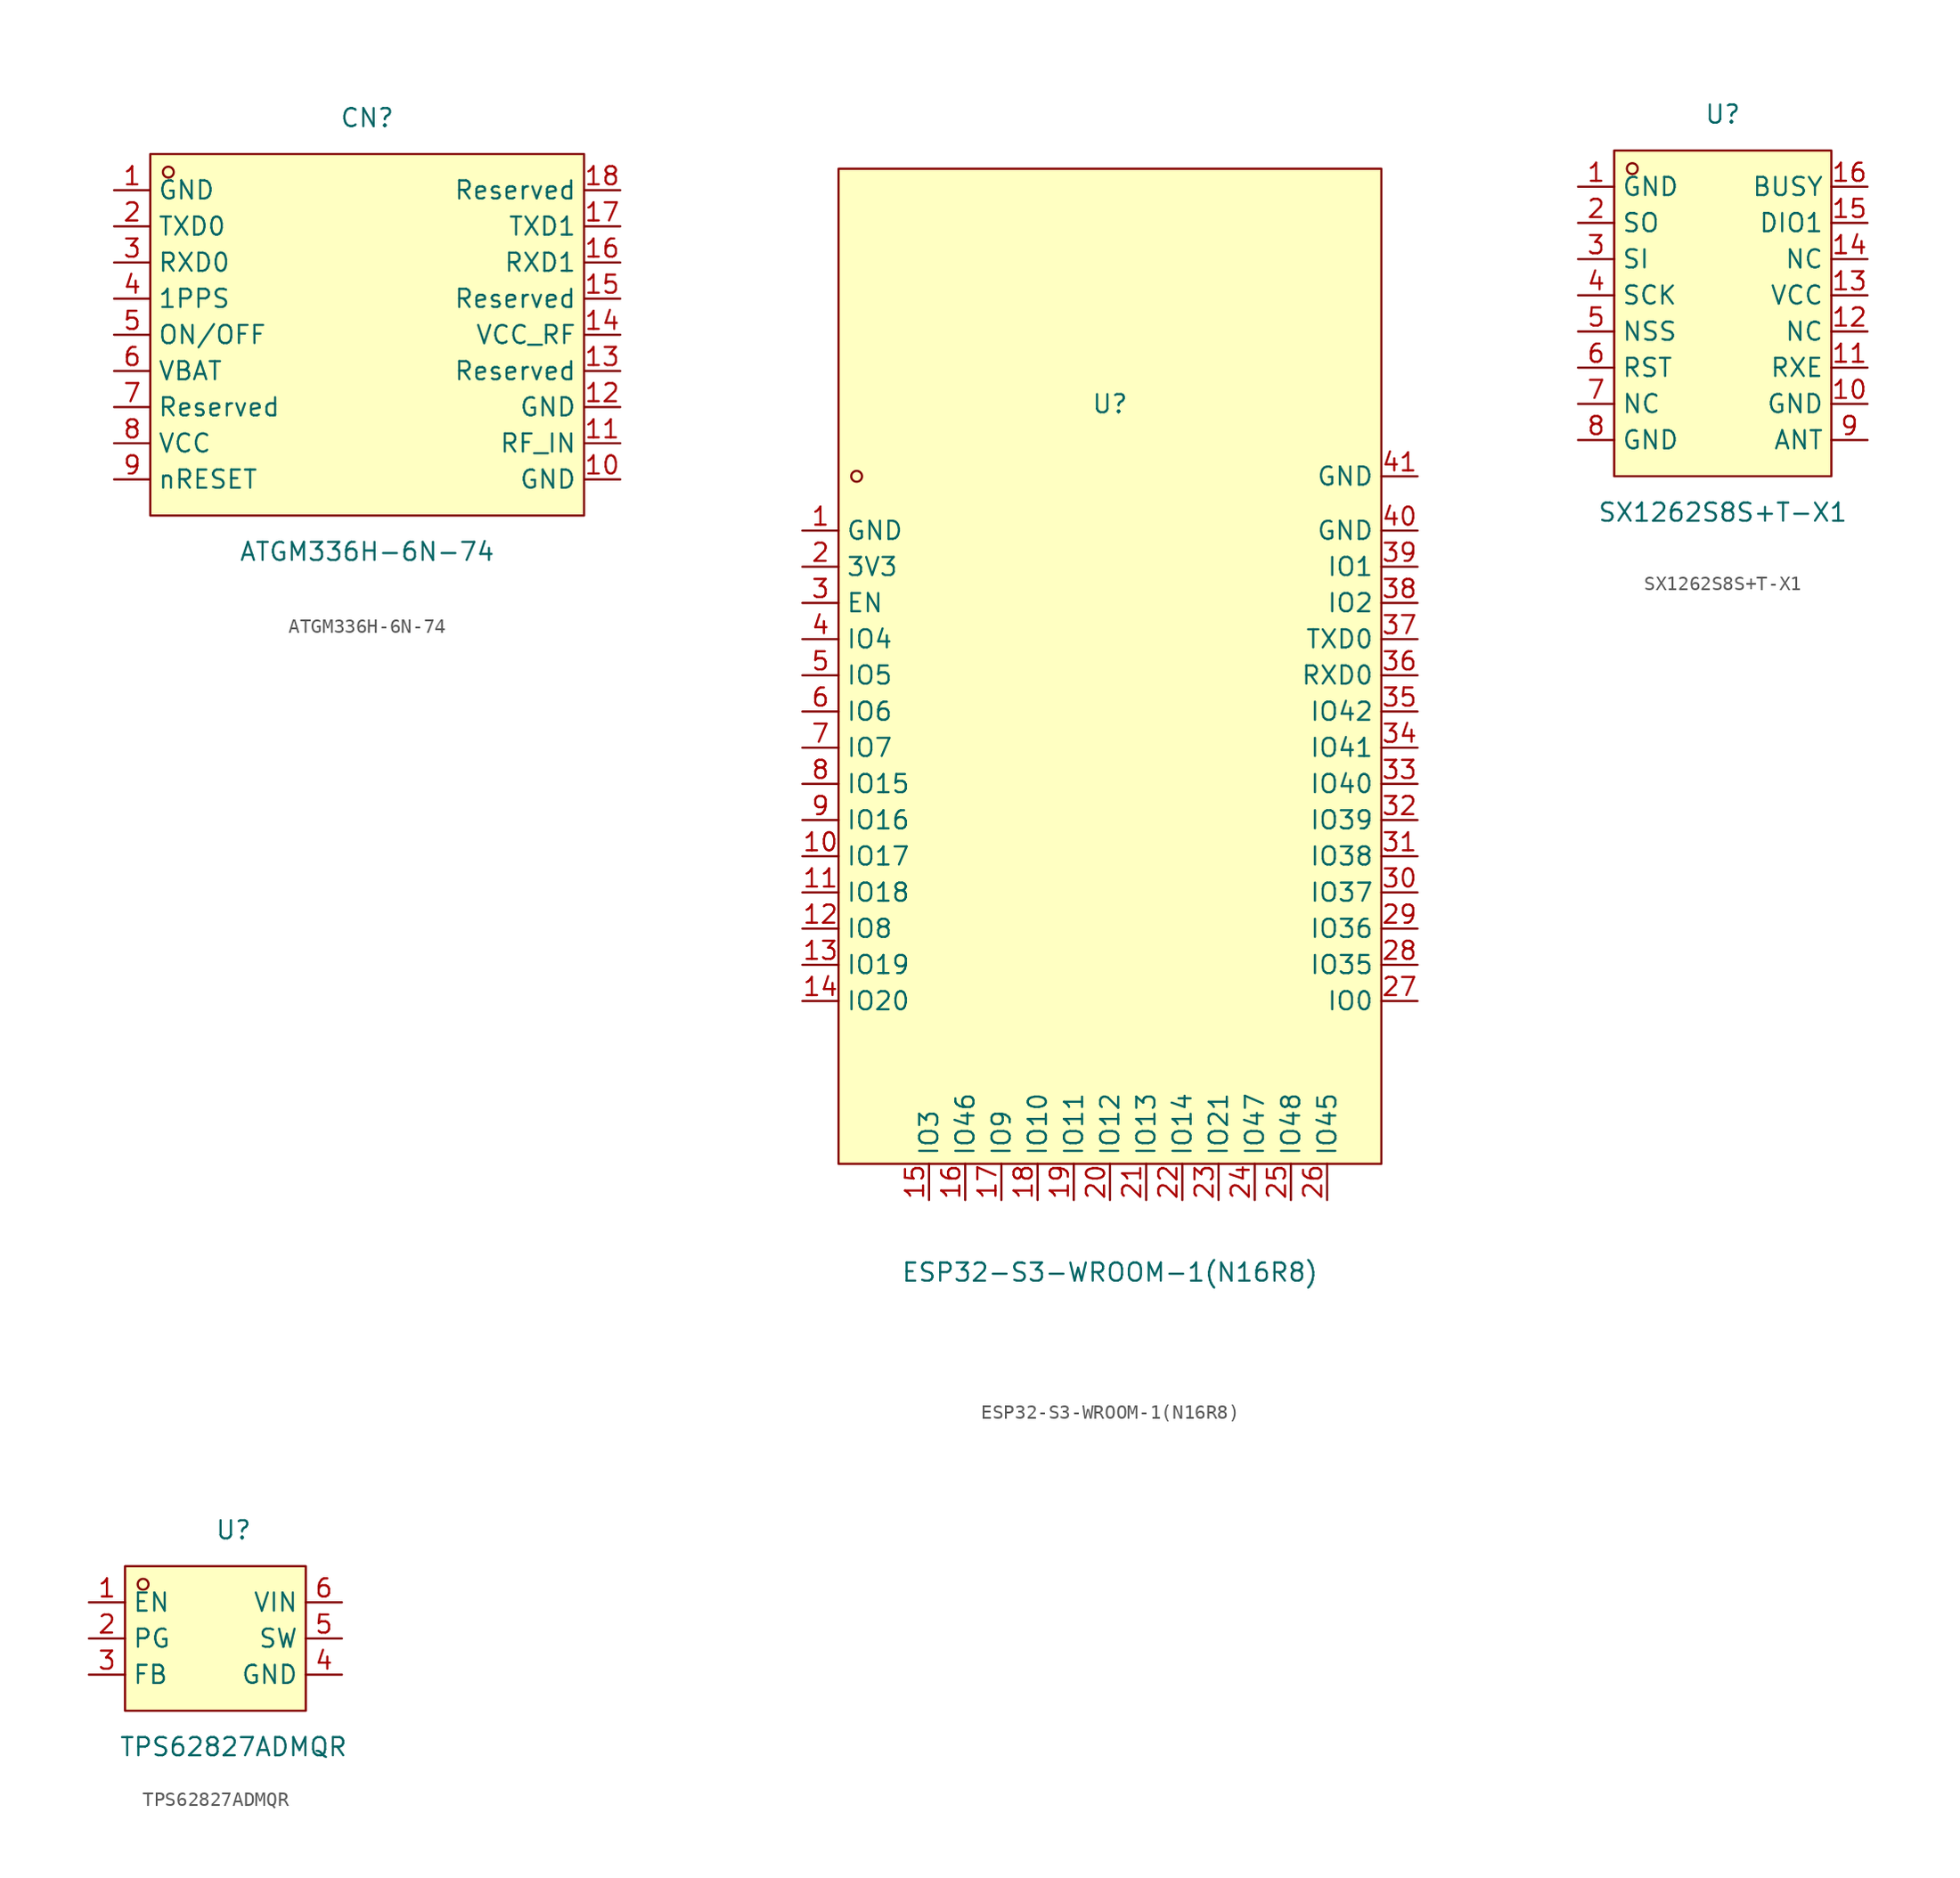
<source format=kicad_sym>
(kicad_symbol_lib
  (version 20211014)
  (generator https://github.com/uPesy/easyeda2kicad.py)
  (symbol "ATGM336H-6N-74"
    (property "Reference" "CN"
      (at 0 15.24 0)
      (effects (font (size 1.27 1.27))))
    (property "Value" "ATGM336H-6N-74"
      (at 0 -15.24 0)
      (effects (font (size 1.27 1.27))))
    (symbol "ATGM336H-6N-74_0_1"
      (rectangle (start -15.24 12.70) (end 15.24 -12.70) (stroke (width 0) (type default) (color 0 0 0 0)) (fill (type background)))
      (circle (center -13.97 11.43) (radius 0.38) (stroke (width 0) (type default) (color 0 0 0 0)) (fill (type none)))
      (pin unspecified line (at -17.78 10.16 0) (length 2.54) (name "GND" (effects (font (size 1.27 1.27)))) (number "1" (effects (font (size 1.27 1.27)))))
      (pin unspecified line (at -17.78 7.62 0) (length 2.54) (name "TXD0" (effects (font (size 1.27 1.27)))) (number "2" (effects (font (size 1.27 1.27)))))
      (pin unspecified line (at -17.78 5.08 0) (length 2.54) (name "RXD0" (effects (font (size 1.27 1.27)))) (number "3" (effects (font (size 1.27 1.27)))))
      (pin unspecified line (at -17.78 2.54 0) (length 2.54) (name "1PPS" (effects (font (size 1.27 1.27)))) (number "4" (effects (font (size 1.27 1.27)))))
      (pin unspecified line (at -17.78 -0.00 0) (length 2.54) (name "ON/OFF" (effects (font (size 1.27 1.27)))) (number "5" (effects (font (size 1.27 1.27)))))
      (pin unspecified line (at -17.78 -2.54 0) (length 2.54) (name "VBAT" (effects (font (size 1.27 1.27)))) (number "6" (effects (font (size 1.27 1.27)))))
      (pin unspecified line (at -17.78 -5.08 0) (length 2.54) (name "Reserved" (effects (font (size 1.27 1.27)))) (number "7" (effects (font (size 1.27 1.27)))))
      (pin unspecified line (at -17.78 -7.62 0) (length 2.54) (name "VCC" (effects (font (size 1.27 1.27)))) (number "8" (effects (font (size 1.27 1.27)))))
      (pin unspecified line (at -17.78 -10.16 0) (length 2.54) (name "nRESET" (effects (font (size 1.27 1.27)))) (number "9" (effects (font (size 1.27 1.27)))))
      (pin unspecified line (at 17.78 -10.16 180) (length 2.54) (name "GND" (effects (font (size 1.27 1.27)))) (number "10" (effects (font (size 1.27 1.27)))))
      (pin unspecified line (at 17.78 -7.62 180) (length 2.54) (name "RF_IN" (effects (font (size 1.27 1.27)))) (number "11" (effects (font (size 1.27 1.27)))))
      (pin unspecified line (at 17.78 -5.08 180) (length 2.54) (name "GND" (effects (font (size 1.27 1.27)))) (number "12" (effects (font (size 1.27 1.27)))))
      (pin unspecified line (at 17.78 -2.54 180) (length 2.54) (name "Reserved" (effects (font (size 1.27 1.27)))) (number "13" (effects (font (size 1.27 1.27)))))
      (pin unspecified line (at 17.78 -0.00 180) (length 2.54) (name "VCC_RF" (effects (font (size 1.27 1.27)))) (number "14" (effects (font (size 1.27 1.27)))))
      (pin unspecified line (at 17.78 2.54 180) (length 2.54) (name "Reserved" (effects (font (size 1.27 1.27)))) (number "15" (effects (font (size 1.27 1.27)))))
      (pin unspecified line (at 17.78 5.08 180) (length 2.54) (name "RXD1" (effects (font (size 1.27 1.27)))) (number "16" (effects (font (size 1.27 1.27)))))
      (pin unspecified line (at 17.78 7.62 180) (length 2.54) (name "TXD1" (effects (font (size 1.27 1.27)))) (number "17" (effects (font (size 1.27 1.27)))))
      (pin unspecified line (at 17.78 10.16 180) (length 2.54) (name "Reserved" (effects (font (size 1.27 1.27)))) (number "18" (effects (font (size 1.27 1.27)))))))
  (symbol "ESP32-S3-WROOM-1(N16R8)"
    (property "Reference" "U"
      (at 0 20.32 0)
      (effects (font (size 1.27 1.27))))
    (property "Value" "ESP32-S3-WROOM-1(N16R8)"
      (at 0 -40.64 0)
      (effects (font (size 1.27 1.27))))
    (symbol "ESP32-S3-WROOM-1(N16R8)_0_1"
      (rectangle (start -19.05 36.83) (end 19.05 -33.02) (stroke (width 0) (type default) (color 0 0 0 0)) (fill (type background)))
      (circle (center -17.78 15.24) (radius 0.38) (stroke (width 0) (type default) (color 0 0 0 0)) (fill (type none)))
      (pin unspecified line (at -21.59 11.43 0) (length 2.54) (name "GND" (effects (font (size 1.27 1.27)))) (number "1" (effects (font (size 1.27 1.27)))))
      (pin unspecified line (at -21.59 8.89 0) (length 2.54) (name "3V3" (effects (font (size 1.27 1.27)))) (number "2" (effects (font (size 1.27 1.27)))))
      (pin unspecified line (at -21.59 6.35 0) (length 2.54) (name "EN" (effects (font (size 1.27 1.27)))) (number "3" (effects (font (size 1.27 1.27)))))
      (pin unspecified line (at -21.59 3.81 0) (length 2.54) (name "IO4" (effects (font (size 1.27 1.27)))) (number "4" (effects (font (size 1.27 1.27)))))
      (pin unspecified line (at -21.59 1.27 0) (length 2.54) (name "IO5" (effects (font (size 1.27 1.27)))) (number "5" (effects (font (size 1.27 1.27)))))
      (pin unspecified line (at -21.59 -1.27 0) (length 2.54) (name "IO6" (effects (font (size 1.27 1.27)))) (number "6" (effects (font (size 1.27 1.27)))))
      (pin unspecified line (at -21.59 -3.81 0) (length 2.54) (name "IO7" (effects (font (size 1.27 1.27)))) (number "7" (effects (font (size 1.27 1.27)))))
      (pin unspecified line (at -21.59 -6.35 0) (length 2.54) (name "IO15" (effects (font (size 1.27 1.27)))) (number "8" (effects (font (size 1.27 1.27)))))
      (pin unspecified line (at -21.59 -8.89 0) (length 2.54) (name "IO16" (effects (font (size 1.27 1.27)))) (number "9" (effects (font (size 1.27 1.27)))))
      (pin unspecified line (at -21.59 -11.43 0) (length 2.54) (name "IO17" (effects (font (size 1.27 1.27)))) (number "10" (effects (font (size 1.27 1.27)))))
      (pin unspecified line (at -21.59 -13.97 0) (length 2.54) (name "IO18" (effects (font (size 1.27 1.27)))) (number "11" (effects (font (size 1.27 1.27)))))
      (pin unspecified line (at -21.59 -16.51 0) (length 2.54) (name "IO8" (effects (font (size 1.27 1.27)))) (number "12" (effects (font (size 1.27 1.27)))))
      (pin unspecified line (at -21.59 -19.05 0) (length 2.54) (name "IO19" (effects (font (size 1.27 1.27)))) (number "13" (effects (font (size 1.27 1.27)))))
      (pin unspecified line (at -21.59 -21.59 0) (length 2.54) (name "IO20" (effects (font (size 1.27 1.27)))) (number "14" (effects (font (size 1.27 1.27)))))
      (pin unspecified line (at -12.70 -35.56 90) (length 2.54) (name "IO3" (effects (font (size 1.27 1.27)))) (number "15" (effects (font (size 1.27 1.27)))))
      (pin unspecified line (at -10.16 -35.56 90) (length 2.54) (name "IO46" (effects (font (size 1.27 1.27)))) (number "16" (effects (font (size 1.27 1.27)))))
      (pin unspecified line (at -7.62 -35.56 90) (length 2.54) (name "IO9" (effects (font (size 1.27 1.27)))) (number "17" (effects (font (size 1.27 1.27)))))
      (pin unspecified line (at -5.08 -35.56 90) (length 2.54) (name "IO10" (effects (font (size 1.27 1.27)))) (number "18" (effects (font (size 1.27 1.27)))))
      (pin unspecified line (at -2.54 -35.56 90) (length 2.54) (name "IO11" (effects (font (size 1.27 1.27)))) (number "19" (effects (font (size 1.27 1.27)))))
      (pin unspecified line (at 0.00 -35.56 90) (length 2.54) (name "IO12" (effects (font (size 1.27 1.27)))) (number "20" (effects (font (size 1.27 1.27)))))
      (pin unspecified line (at 2.54 -35.56 90) (length 2.54) (name "IO13" (effects (font (size 1.27 1.27)))) (number "21" (effects (font (size 1.27 1.27)))))
      (pin unspecified line (at 5.08 -35.56 90) (length 2.54) (name "IO14" (effects (font (size 1.27 1.27)))) (number "22" (effects (font (size 1.27 1.27)))))
      (pin unspecified line (at 7.62 -35.56 90) (length 2.54) (name "IO21" (effects (font (size 1.27 1.27)))) (number "23" (effects (font (size 1.27 1.27)))))
      (pin unspecified line (at 10.16 -35.56 90) (length 2.54) (name "IO47" (effects (font (size 1.27 1.27)))) (number "24" (effects (font (size 1.27 1.27)))))
      (pin unspecified line (at 12.70 -35.56 90) (length 2.54) (name "IO48" (effects (font (size 1.27 1.27)))) (number "25" (effects (font (size 1.27 1.27)))))
      (pin unspecified line (at 15.24 -35.56 90) (length 2.54) (name "IO45" (effects (font (size 1.27 1.27)))) (number "26" (effects (font (size 1.27 1.27)))))
      (pin unspecified line (at 21.59 -21.59 180) (length 2.54) (name "IO0" (effects (font (size 1.27 1.27)))) (number "27" (effects (font (size 1.27 1.27)))))
      (pin unspecified line (at 21.59 -19.05 180) (length 2.54) (name "IO35" (effects (font (size 1.27 1.27)))) (number "28" (effects (font (size 1.27 1.27)))))
      (pin unspecified line (at 21.59 -16.51 180) (length 2.54) (name "IO36" (effects (font (size 1.27 1.27)))) (number "29" (effects (font (size 1.27 1.27)))))
      (pin unspecified line (at 21.59 -13.97 180) (length 2.54) (name "IO37" (effects (font (size 1.27 1.27)))) (number "30" (effects (font (size 1.27 1.27)))))
      (pin unspecified line (at 21.59 -11.43 180) (length 2.54) (name "IO38" (effects (font (size 1.27 1.27)))) (number "31" (effects (font (size 1.27 1.27)))))
      (pin unspecified line (at 21.59 -8.89 180) (length 2.54) (name "IO39" (effects (font (size 1.27 1.27)))) (number "32" (effects (font (size 1.27 1.27)))))
      (pin unspecified line (at 21.59 -6.35 180) (length 2.54) (name "IO40" (effects (font (size 1.27 1.27)))) (number "33" (effects (font (size 1.27 1.27)))))
      (pin unspecified line (at 21.59 -3.81 180) (length 2.54) (name "IO41" (effects (font (size 1.27 1.27)))) (number "34" (effects (font (size 1.27 1.27)))))
      (pin unspecified line (at 21.59 -1.27 180) (length 2.54) (name "IO42" (effects (font (size 1.27 1.27)))) (number "35" (effects (font (size 1.27 1.27)))))
      (pin unspecified line (at 21.59 1.27 180) (length 2.54) (name "RXD0" (effects (font (size 1.27 1.27)))) (number "36" (effects (font (size 1.27 1.27)))))
      (pin unspecified line (at 21.59 3.81 180) (length 2.54) (name "TXD0" (effects (font (size 1.27 1.27)))) (number "37" (effects (font (size 1.27 1.27)))))
      (pin unspecified line (at 21.59 6.35 180) (length 2.54) (name "IO2" (effects (font (size 1.27 1.27)))) (number "38" (effects (font (size 1.27 1.27)))))
      (pin unspecified line (at 21.59 8.89 180) (length 2.54) (name "IO1" (effects (font (size 1.27 1.27)))) (number "39" (effects (font (size 1.27 1.27)))))
      (pin unspecified line (at 21.59 11.43 180) (length 2.54) (name "GND" (effects (font (size 1.27 1.27)))) (number "40" (effects (font (size 1.27 1.27)))))
      (pin unspecified line (at 21.59 15.24 180) (length 2.54) (name "GND" (effects (font (size 1.27 1.27)))) (number "41" (effects (font (size 1.27 1.27)))))))
  (symbol "SX1262S8S+T-X1"
    (property "Reference" "U"
      (at 0 12.70 0)
      (effects (font (size 1.27 1.27))))
    (property "Value" "SX1262S8S+T-X1"
      (at 0 -15.24 0)
      (effects (font (size 1.27 1.27))))
    (symbol "SX1262S8S+T-X1_0_1"
      (rectangle (start -7.62 10.16) (end 7.62 -12.70) (stroke (width 0) (type default) (color 0 0 0 0)) (fill (type background)))
      (circle (center -6.35 8.89) (radius 0.38) (stroke (width 0) (type default) (color 0 0 0 0)) (fill (type none)))
      (pin unspecified line (at 10.16 7.62 180) (length 2.54) (name "BUSY" (effects (font (size 1.27 1.27)))) (number "16" (effects (font (size 1.27 1.27)))))
      (pin unspecified line (at 10.16 5.08 180) (length 2.54) (name "DIO1" (effects (font (size 1.27 1.27)))) (number "15" (effects (font (size 1.27 1.27)))))
      (pin unspecified line (at 10.16 2.54 180) (length 2.54) (name "NC" (effects (font (size 1.27 1.27)))) (number "14" (effects (font (size 1.27 1.27)))))
      (pin unspecified line (at 10.16 -0.00 180) (length 2.54) (name "VCC" (effects (font (size 1.27 1.27)))) (number "13" (effects (font (size 1.27 1.27)))))
      (pin unspecified line (at 10.16 -2.54 180) (length 2.54) (name "NC" (effects (font (size 1.27 1.27)))) (number "12" (effects (font (size 1.27 1.27)))))
      (pin unspecified line (at 10.16 -5.08 180) (length 2.54) (name "RXE" (effects (font (size 1.27 1.27)))) (number "11" (effects (font (size 1.27 1.27)))))
      (pin unspecified line (at 10.16 -7.62 180) (length 2.54) (name "GND" (effects (font (size 1.27 1.27)))) (number "10" (effects (font (size 1.27 1.27)))))
      (pin unspecified line (at 10.16 -10.16 180) (length 2.54) (name "ANT" (effects (font (size 1.27 1.27)))) (number "9" (effects (font (size 1.27 1.27)))))
      (pin unspecified line (at -10.16 -10.16 0) (length 2.54) (name "GND" (effects (font (size 1.27 1.27)))) (number "8" (effects (font (size 1.27 1.27)))))
      (pin unspecified line (at -10.16 -7.62 0) (length 2.54) (name "NC" (effects (font (size 1.27 1.27)))) (number "7" (effects (font (size 1.27 1.27)))))
      (pin unspecified line (at -10.16 -5.08 0) (length 2.54) (name "RST" (effects (font (size 1.27 1.27)))) (number "6" (effects (font (size 1.27 1.27)))))
      (pin unspecified line (at -10.16 -2.54 0) (length 2.54) (name "NSS" (effects (font (size 1.27 1.27)))) (number "5" (effects (font (size 1.27 1.27)))))
      (pin unspecified line (at -10.16 -0.00 0) (length 2.54) (name "SCK" (effects (font (size 1.27 1.27)))) (number "4" (effects (font (size 1.27 1.27)))))
      (pin unspecified line (at -10.16 2.54 0) (length 2.54) (name "SI" (effects (font (size 1.27 1.27)))) (number "3" (effects (font (size 1.27 1.27)))))
      (pin unspecified line (at -10.16 5.08 0) (length 2.54) (name "SO" (effects (font (size 1.27 1.27)))) (number "2" (effects (font (size 1.27 1.27)))))
      (pin unspecified line (at -10.16 7.62 0) (length 2.54) (name "GND" (effects (font (size 1.27 1.27)))) (number "1" (effects (font (size 1.27 1.27)))))))
  (symbol "TPS62827ADMQR"
    (property "Reference" "U"
      (at 0 7.62 0)
      (effects (font (size 1.27 1.27))))
    (property "Value" "TPS62827ADMQR"
      (at 0 -7.62 0)
      (effects (font (size 1.27 1.27))))
    (symbol "TPS62827ADMQR_0_1"
      (rectangle (start -7.62 5.08) (end 5.08 -5.08) (stroke (width 0) (type default) (color 0 0 0 0)) (fill (type background)))
      (circle (center -6.35 3.81) (radius 0.38) (stroke (width 0) (type default) (color 0 0 0 0)) (fill (type none)))
      (pin unspecified line (at 7.62 2.54 180) (length 2.54) (name "VIN" (effects (font (size 1.27 1.27)))) (number "6" (effects (font (size 1.27 1.27)))))
      (pin unspecified line (at 7.62 -0.00 180) (length 2.54) (name "SW" (effects (font (size 1.27 1.27)))) (number "5" (effects (font (size 1.27 1.27)))))
      (pin unspecified line (at 7.62 -2.54 180) (length 2.54) (name "GND" (effects (font (size 1.27 1.27)))) (number "4" (effects (font (size 1.27 1.27)))))
      (pin unspecified line (at -10.16 -2.54 0) (length 2.54) (name "FB" (effects (font (size 1.27 1.27)))) (number "3" (effects (font (size 1.27 1.27)))))
      (pin unspecified line (at -10.16 -0.00 0) (length 2.54) (name "PG" (effects (font (size 1.27 1.27)))) (number "2" (effects (font (size 1.27 1.27)))))
      (pin unspecified line (at -10.16 2.54 0) (length 2.54) (name "EN" (effects (font (size 1.27 1.27)))) (number "1" (effects (font (size 1.27 1.27))))))))
</source>
